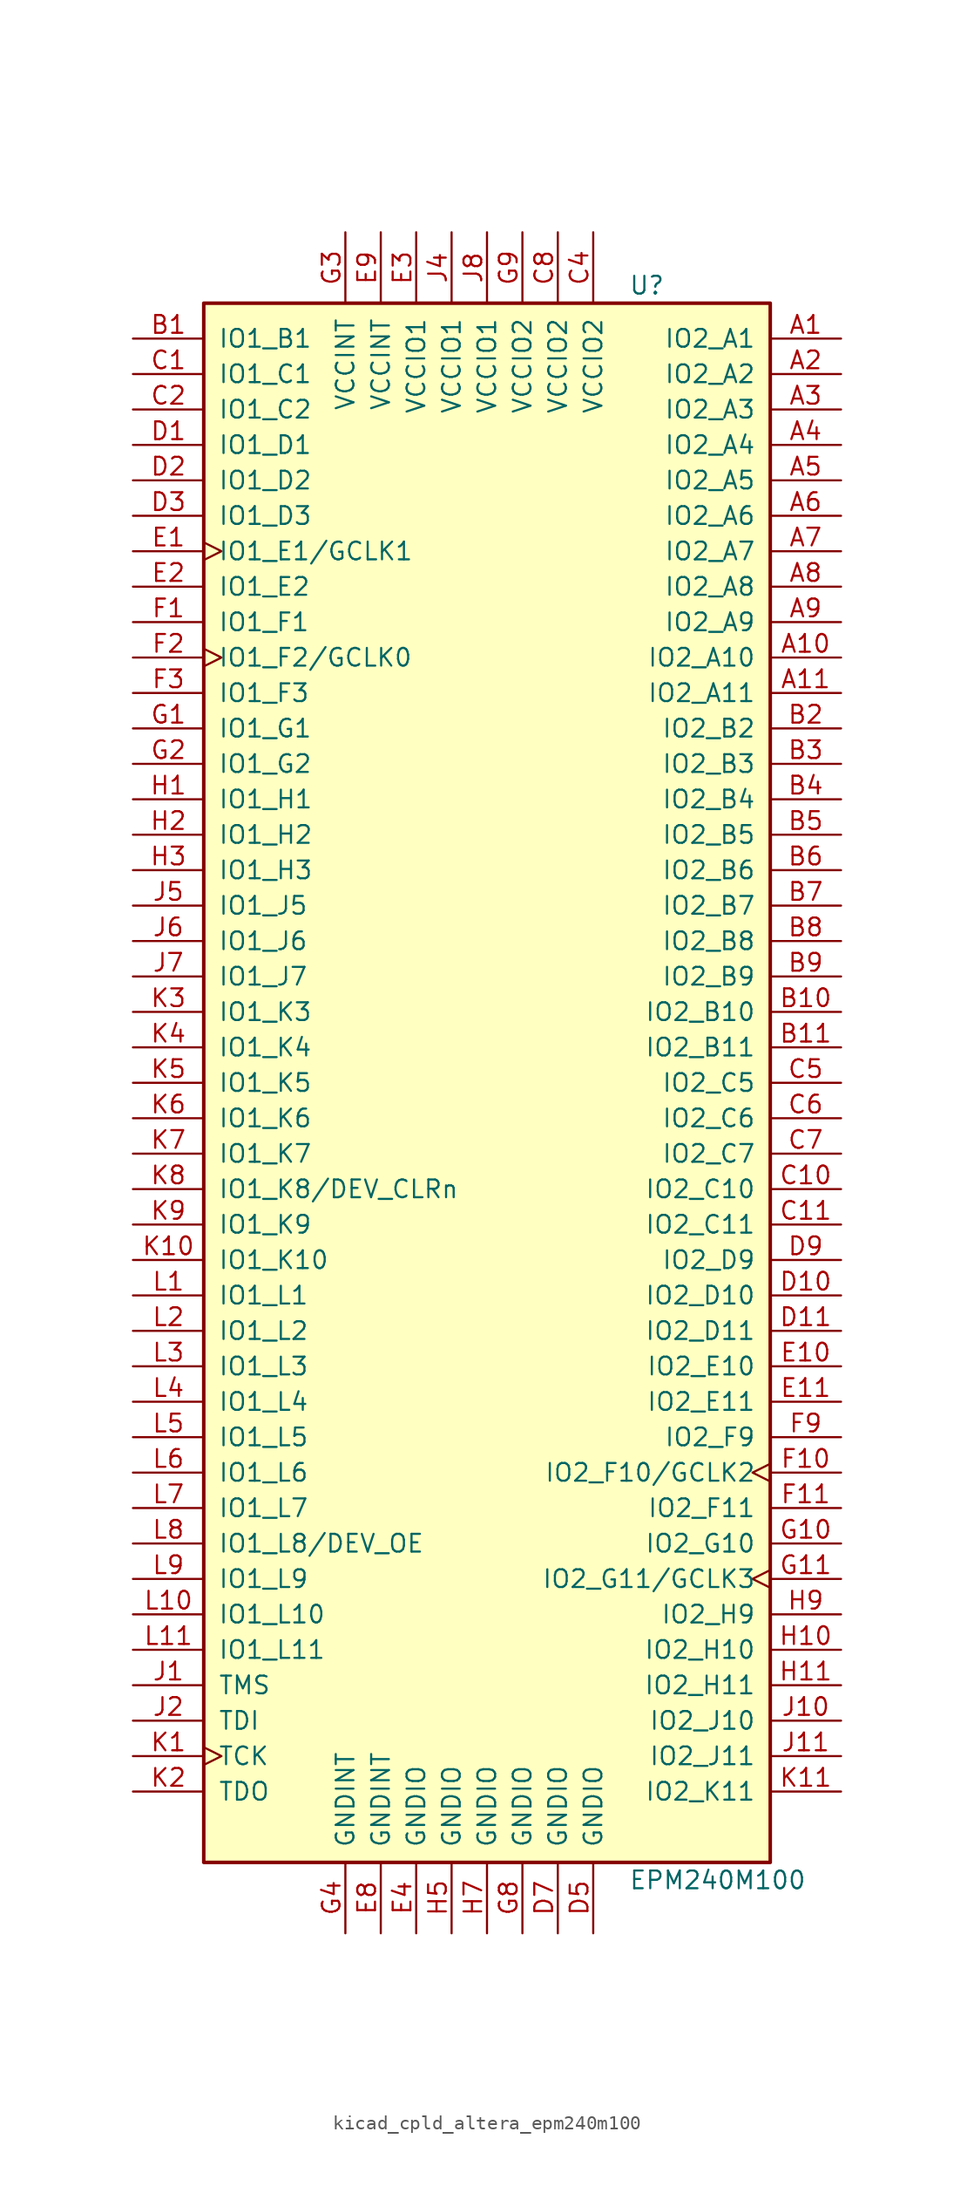
<source format=kicad_sym>
(kicad_symbol_lib
  (version 20220914)
  (generator kicad_symbol_editor)
  (symbol "kicad_cpld_altera_epm240m100"
    (pin_names
      (offset 1.016))
    (property "Reference" "U"
      (at 10.16 57.15 0)
      (effects (font (size 1.27 1.27)) (justify left)))
    (property "Value" "EPM240M100"
      (at 10.16 -57.15 0)
      (effects (font (size 1.27 1.27)) (justify left)))
    (property "ki_locked" ""
      (at 0 0 0)
      (effects (font (size 1.27 1.27))))
    (symbol "kicad_cpld_altera_epm240m100_1_1"
      (rectangle (start -20.32 55.88) (end 20.32 -55.88) (stroke (width 0.254) (type default)) (fill (type background)))
      (pin bidirectional line (at 25.4 53.34 180) (length 5.08) (name "IO2_A1" (effects (font (size 1.27 1.27)))) (number "A1" (effects (font (size 1.27 1.27)))))
      (pin bidirectional line (at 25.4 30.48 180) (length 5.08) (name "IO2_A10" (effects (font (size 1.27 1.27)))) (number "A10" (effects (font (size 1.27 1.27)))))
      (pin bidirectional line (at 25.4 27.94 180) (length 5.08) (name "IO2_A11" (effects (font (size 1.27 1.27)))) (number "A11" (effects (font (size 1.27 1.27)))))
      (pin bidirectional line (at 25.4 50.8 180) (length 5.08) (name "IO2_A2" (effects (font (size 1.27 1.27)))) (number "A2" (effects (font (size 1.27 1.27)))))
      (pin bidirectional line (at 25.4 48.26 180) (length 5.08) (name "IO2_A3" (effects (font (size 1.27 1.27)))) (number "A3" (effects (font (size 1.27 1.27)))))
      (pin bidirectional line (at 25.4 45.72 180) (length 5.08) (name "IO2_A4" (effects (font (size 1.27 1.27)))) (number "A4" (effects (font (size 1.27 1.27)))))
      (pin bidirectional line (at 25.4 43.18 180) (length 5.08) (name "IO2_A5" (effects (font (size 1.27 1.27)))) (number "A5" (effects (font (size 1.27 1.27)))))
      (pin bidirectional line (at 25.4 40.64 180) (length 5.08) (name "IO2_A6" (effects (font (size 1.27 1.27)))) (number "A6" (effects (font (size 1.27 1.27)))))
      (pin bidirectional line (at 25.4 38.1 180) (length 5.08) (name "IO2_A7" (effects (font (size 1.27 1.27)))) (number "A7" (effects (font (size 1.27 1.27)))))
      (pin bidirectional line (at 25.4 35.56 180) (length 5.08) (name "IO2_A8" (effects (font (size 1.27 1.27)))) (number "A8" (effects (font (size 1.27 1.27)))))
      (pin bidirectional line (at 25.4 33.02 180) (length 5.08) (name "IO2_A9" (effects (font (size 1.27 1.27)))) (number "A9" (effects (font (size 1.27 1.27)))))
      (pin bidirectional line (at -25.4 53.34 0) (length 5.08) (name "IO1_B1" (effects (font (size 1.27 1.27)))) (number "B1" (effects (font (size 1.27 1.27)))))
      (pin bidirectional line (at 25.4 5.08 180) (length 5.08) (name "IO2_B10" (effects (font (size 1.27 1.27)))) (number "B10" (effects (font (size 1.27 1.27)))))
      (pin bidirectional line (at 25.4 2.54 180) (length 5.08) (name "IO2_B11" (effects (font (size 1.27 1.27)))) (number "B11" (effects (font (size 1.27 1.27)))))
      (pin bidirectional line (at 25.4 25.4 180) (length 5.08) (name "IO2_B2" (effects (font (size 1.27 1.27)))) (number "B2" (effects (font (size 1.27 1.27)))))
      (pin bidirectional line (at 25.4 22.86 180) (length 5.08) (name "IO2_B3" (effects (font (size 1.27 1.27)))) (number "B3" (effects (font (size 1.27 1.27)))))
      (pin bidirectional line (at 25.4 20.32 180) (length 5.08) (name "IO2_B4" (effects (font (size 1.27 1.27)))) (number "B4" (effects (font (size 1.27 1.27)))))
      (pin bidirectional line (at 25.4 17.78 180) (length 5.08) (name "IO2_B5" (effects (font (size 1.27 1.27)))) (number "B5" (effects (font (size 1.27 1.27)))))
      (pin bidirectional line (at 25.4 15.24 180) (length 5.08) (name "IO2_B6" (effects (font (size 1.27 1.27)))) (number "B6" (effects (font (size 1.27 1.27)))))
      (pin bidirectional line (at 25.4 12.7 180) (length 5.08) (name "IO2_B7" (effects (font (size 1.27 1.27)))) (number "B7" (effects (font (size 1.27 1.27)))))
      (pin bidirectional line (at 25.4 10.16 180) (length 5.08) (name "IO2_B8" (effects (font (size 1.27 1.27)))) (number "B8" (effects (font (size 1.27 1.27)))))
      (pin bidirectional line (at 25.4 7.62 180) (length 5.08) (name "IO2_B9" (effects (font (size 1.27 1.27)))) (number "B9" (effects (font (size 1.27 1.27)))))
      (pin bidirectional line (at -25.4 50.8 0) (length 5.08) (name "IO1_C1" (effects (font (size 1.27 1.27)))) (number "C1" (effects (font (size 1.27 1.27)))))
      (pin bidirectional line (at 25.4 -7.62 180) (length 5.08) (name "IO2_C10" (effects (font (size 1.27 1.27)))) (number "C10" (effects (font (size 1.27 1.27)))))
      (pin bidirectional line (at 25.4 -10.16 180) (length 5.08) (name "IO2_C11" (effects (font (size 1.27 1.27)))) (number "C11" (effects (font (size 1.27 1.27)))))
      (pin bidirectional line (at -25.4 48.26 0) (length 5.08) (name "IO1_C2" (effects (font (size 1.27 1.27)))) (number "C2" (effects (font (size 1.27 1.27)))))
      (pin power_in line (at 7.62 60.96 270) (length 5.08) (name "VCCIO2" (effects (font (size 1.27 1.27)))) (number "C4" (effects (font (size 1.27 1.27)))))
      (pin bidirectional line (at 25.4 0 180) (length 5.08) (name "IO2_C5" (effects (font (size 1.27 1.27)))) (number "C5" (effects (font (size 1.27 1.27)))))
      (pin bidirectional line (at 25.4 -2.54 180) (length 5.08) (name "IO2_C6" (effects (font (size 1.27 1.27)))) (number "C6" (effects (font (size 1.27 1.27)))))
      (pin bidirectional line (at 25.4 -5.08 180) (length 5.08) (name "IO2_C7" (effects (font (size 1.27 1.27)))) (number "C7" (effects (font (size 1.27 1.27)))))
      (pin power_in line (at 5.08 60.96 270) (length 5.08) (name "VCCIO2" (effects (font (size 1.27 1.27)))) (number "C8" (effects (font (size 1.27 1.27)))))
      (pin bidirectional line (at -25.4 45.72 0) (length 5.08) (name "IO1_D1" (effects (font (size 1.27 1.27)))) (number "D1" (effects (font (size 1.27 1.27)))))
      (pin bidirectional line (at 25.4 -15.24 180) (length 5.08) (name "IO2_D10" (effects (font (size 1.27 1.27)))) (number "D10" (effects (font (size 1.27 1.27)))))
      (pin bidirectional line (at 25.4 -17.78 180) (length 5.08) (name "IO2_D11" (effects (font (size 1.27 1.27)))) (number "D11" (effects (font (size 1.27 1.27)))))
      (pin bidirectional line (at -25.4 43.18 0) (length 5.08) (name "IO1_D2" (effects (font (size 1.27 1.27)))) (number "D2" (effects (font (size 1.27 1.27)))))
      (pin bidirectional line (at -25.4 40.64 0) (length 5.08) (name "IO1_D3" (effects (font (size 1.27 1.27)))) (number "D3" (effects (font (size 1.27 1.27)))))
      (pin power_in line (at 7.62 -60.96 90) (length 5.08) (name "GNDIO" (effects (font (size 1.27 1.27)))) (number "D5" (effects (font (size 1.27 1.27)))))
      (pin power_in line (at 5.08 -60.96 90) (length 5.08) (name "GNDIO" (effects (font (size 1.27 1.27)))) (number "D7" (effects (font (size 1.27 1.27)))))
      (pin bidirectional line (at 25.4 -12.7 180) (length 5.08) (name "IO2_D9" (effects (font (size 1.27 1.27)))) (number "D9" (effects (font (size 1.27 1.27)))))
      (pin bidirectional clock (at -25.4 38.1 0) (length 5.08) (name "IO1_E1/GCLK1" (effects (font (size 1.27 1.27)))) (number "E1" (effects (font (size 1.27 1.27)))))
      (pin bidirectional line (at 25.4 -20.32 180) (length 5.08) (name "IO2_E10" (effects (font (size 1.27 1.27)))) (number "E10" (effects (font (size 1.27 1.27)))))
      (pin bidirectional line (at 25.4 -22.86 180) (length 5.08) (name "IO2_E11" (effects (font (size 1.27 1.27)))) (number "E11" (effects (font (size 1.27 1.27)))))
      (pin bidirectional line (at -25.4 35.56 0) (length 5.08) (name "IO1_E2" (effects (font (size 1.27 1.27)))) (number "E2" (effects (font (size 1.27 1.27)))))
      (pin power_in line (at -5.08 60.96 270) (length 5.08) (name "VCCIO1" (effects (font (size 1.27 1.27)))) (number "E3" (effects (font (size 1.27 1.27)))))
      (pin power_in line (at -5.08 -60.96 90) (length 5.08) (name "GNDIO" (effects (font (size 1.27 1.27)))) (number "E4" (effects (font (size 1.27 1.27)))))
      (pin power_in line (at -7.62 -60.96 90) (length 5.08) (name "GNDINT" (effects (font (size 1.27 1.27)))) (number "E8" (effects (font (size 1.27 1.27)))))
      (pin power_in line (at -7.62 60.96 270) (length 5.08) (name "VCCINT" (effects (font (size 1.27 1.27)))) (number "E9" (effects (font (size 1.27 1.27)))))
      (pin bidirectional line (at -25.4 33.02 0) (length 5.08) (name "IO1_F1" (effects (font (size 1.27 1.27)))) (number "F1" (effects (font (size 1.27 1.27)))))
      (pin bidirectional clock (at 25.4 -27.94 180) (length 5.08) (name "IO2_F10/GCLK2" (effects (font (size 1.27 1.27)))) (number "F10" (effects (font (size 1.27 1.27)))))
      (pin bidirectional line (at 25.4 -30.48 180) (length 5.08) (name "IO2_F11" (effects (font (size 1.27 1.27)))) (number "F11" (effects (font (size 1.27 1.27)))))
      (pin bidirectional clock (at -25.4 30.48 0) (length 5.08) (name "IO1_F2/GCLK0" (effects (font (size 1.27 1.27)))) (number "F2" (effects (font (size 1.27 1.27)))))
      (pin bidirectional line (at -25.4 27.94 0) (length 5.08) (name "IO1_F3" (effects (font (size 1.27 1.27)))) (number "F3" (effects (font (size 1.27 1.27)))))
      (pin bidirectional line (at 25.4 -25.4 180) (length 5.08) (name "IO2_F9" (effects (font (size 1.27 1.27)))) (number "F9" (effects (font (size 1.27 1.27)))))
      (pin bidirectional line (at -25.4 25.4 0) (length 5.08) (name "IO1_G1" (effects (font (size 1.27 1.27)))) (number "G1" (effects (font (size 1.27 1.27)))))
      (pin bidirectional line (at 25.4 -33.02 180) (length 5.08) (name "IO2_G10" (effects (font (size 1.27 1.27)))) (number "G10" (effects (font (size 1.27 1.27)))))
      (pin bidirectional clock (at 25.4 -35.56 180) (length 5.08) (name "IO2_G11/GCLK3" (effects (font (size 1.27 1.27)))) (number "G11" (effects (font (size 1.27 1.27)))))
      (pin bidirectional line (at -25.4 22.86 0) (length 5.08) (name "IO1_G2" (effects (font (size 1.27 1.27)))) (number "G2" (effects (font (size 1.27 1.27)))))
      (pin power_in line (at -10.16 60.96 270) (length 5.08) (name "VCCINT" (effects (font (size 1.27 1.27)))) (number "G3" (effects (font (size 1.27 1.27)))))
      (pin power_in line (at -10.16 -60.96 90) (length 5.08) (name "GNDINT" (effects (font (size 1.27 1.27)))) (number "G4" (effects (font (size 1.27 1.27)))))
      (pin power_in line (at 2.54 -60.96 90) (length 5.08) (name "GNDIO" (effects (font (size 1.27 1.27)))) (number "G8" (effects (font (size 1.27 1.27)))))
      (pin power_in line (at 2.54 60.96 270) (length 5.08) (name "VCCIO2" (effects (font (size 1.27 1.27)))) (number "G9" (effects (font (size 1.27 1.27)))))
      (pin bidirectional line (at -25.4 20.32 0) (length 5.08) (name "IO1_H1" (effects (font (size 1.27 1.27)))) (number "H1" (effects (font (size 1.27 1.27)))))
      (pin bidirectional line (at 25.4 -40.64 180) (length 5.08) (name "IO2_H10" (effects (font (size 1.27 1.27)))) (number "H10" (effects (font (size 1.27 1.27)))))
      (pin bidirectional line (at 25.4 -43.18 180) (length 5.08) (name "IO2_H11" (effects (font (size 1.27 1.27)))) (number "H11" (effects (font (size 1.27 1.27)))))
      (pin bidirectional line (at -25.4 17.78 0) (length 5.08) (name "IO1_H2" (effects (font (size 1.27 1.27)))) (number "H2" (effects (font (size 1.27 1.27)))))
      (pin bidirectional line (at -25.4 15.24 0) (length 5.08) (name "IO1_H3" (effects (font (size 1.27 1.27)))) (number "H3" (effects (font (size 1.27 1.27)))))
      (pin power_in line (at -2.54 -60.96 90) (length 5.08) (name "GNDIO" (effects (font (size 1.27 1.27)))) (number "H5" (effects (font (size 1.27 1.27)))))
      (pin power_in line (at 0 -60.96 90) (length 5.08) (name "GNDIO" (effects (font (size 1.27 1.27)))) (number "H7" (effects (font (size 1.27 1.27)))))
      (pin bidirectional line (at 25.4 -38.1 180) (length 5.08) (name "IO2_H9" (effects (font (size 1.27 1.27)))) (number "H9" (effects (font (size 1.27 1.27)))))
      (pin input line (at -25.4 -43.18 0) (length 5.08) (name "TMS" (effects (font (size 1.27 1.27)))) (number "J1" (effects (font (size 1.27 1.27)))))
      (pin bidirectional line (at 25.4 -45.72 180) (length 5.08) (name "IO2_J10" (effects (font (size 1.27 1.27)))) (number "J10" (effects (font (size 1.27 1.27)))))
      (pin bidirectional line (at 25.4 -48.26 180) (length 5.08) (name "IO2_J11" (effects (font (size 1.27 1.27)))) (number "J11" (effects (font (size 1.27 1.27)))))
      (pin input line (at -25.4 -45.72 0) (length 5.08) (name "TDI" (effects (font (size 1.27 1.27)))) (number "J2" (effects (font (size 1.27 1.27)))))
      (pin power_in line (at -2.54 60.96 270) (length 5.08) (name "VCCIO1" (effects (font (size 1.27 1.27)))) (number "J4" (effects (font (size 1.27 1.27)))))
      (pin bidirectional line (at -25.4 12.7 0) (length 5.08) (name "IO1_J5" (effects (font (size 1.27 1.27)))) (number "J5" (effects (font (size 1.27 1.27)))))
      (pin bidirectional line (at -25.4 10.16 0) (length 5.08) (name "IO1_J6" (effects (font (size 1.27 1.27)))) (number "J6" (effects (font (size 1.27 1.27)))))
      (pin bidirectional line (at -25.4 7.62 0) (length 5.08) (name "IO1_J7" (effects (font (size 1.27 1.27)))) (number "J7" (effects (font (size 1.27 1.27)))))
      (pin power_in line (at 0 60.96 270) (length 5.08) (name "VCCIO1" (effects (font (size 1.27 1.27)))) (number "J8" (effects (font (size 1.27 1.27)))))
      (pin input clock (at -25.4 -48.26 0) (length 5.08) (name "TCK" (effects (font (size 1.27 1.27)))) (number "K1" (effects (font (size 1.27 1.27)))))
      (pin bidirectional line (at -25.4 -12.7 0) (length 5.08) (name "IO1_K10" (effects (font (size 1.27 1.27)))) (number "K10" (effects (font (size 1.27 1.27)))))
      (pin bidirectional line (at 25.4 -50.8 180) (length 5.08) (name "IO2_K11" (effects (font (size 1.27 1.27)))) (number "K11" (effects (font (size 1.27 1.27)))))
      (pin output line (at -25.4 -50.8 0) (length 5.08) (name "TDO" (effects (font (size 1.27 1.27)))) (number "K2" (effects (font (size 1.27 1.27)))))
      (pin bidirectional line (at -25.4 5.08 0) (length 5.08) (name "IO1_K3" (effects (font (size 1.27 1.27)))) (number "K3" (effects (font (size 1.27 1.27)))))
      (pin bidirectional line (at -25.4 2.54 0) (length 5.08) (name "IO1_K4" (effects (font (size 1.27 1.27)))) (number "K4" (effects (font (size 1.27 1.27)))))
      (pin bidirectional line (at -25.4 0 0) (length 5.08) (name "IO1_K5" (effects (font (size 1.27 1.27)))) (number "K5" (effects (font (size 1.27 1.27)))))
      (pin bidirectional line (at -25.4 -2.54 0) (length 5.08) (name "IO1_K6" (effects (font (size 1.27 1.27)))) (number "K6" (effects (font (size 1.27 1.27)))))
      (pin bidirectional line (at -25.4 -5.08 0) (length 5.08) (name "IO1_K7" (effects (font (size 1.27 1.27)))) (number "K7" (effects (font (size 1.27 1.27)))))
      (pin bidirectional line (at -25.4 -7.62 0) (length 5.08) (name "IO1_K8/DEV_CLRn" (effects (font (size 1.27 1.27)))) (number "K8" (effects (font (size 1.27 1.27)))))
      (pin bidirectional line (at -25.4 -10.16 0) (length 5.08) (name "IO1_K9" (effects (font (size 1.27 1.27)))) (number "K9" (effects (font (size 1.27 1.27)))))
      (pin bidirectional line (at -25.4 -15.24 0) (length 5.08) (name "IO1_L1" (effects (font (size 1.27 1.27)))) (number "L1" (effects (font (size 1.27 1.27)))))
      (pin bidirectional line (at -25.4 -38.1 0) (length 5.08) (name "IO1_L10" (effects (font (size 1.27 1.27)))) (number "L10" (effects (font (size 1.27 1.27)))))
      (pin bidirectional line (at -25.4 -40.64 0) (length 5.08) (name "IO1_L11" (effects (font (size 1.27 1.27)))) (number "L11" (effects (font (size 1.27 1.27)))))
      (pin bidirectional line (at -25.4 -17.78 0) (length 5.08) (name "IO1_L2" (effects (font (size 1.27 1.27)))) (number "L2" (effects (font (size 1.27 1.27)))))
      (pin bidirectional line (at -25.4 -20.32 0) (length 5.08) (name "IO1_L3" (effects (font (size 1.27 1.27)))) (number "L3" (effects (font (size 1.27 1.27)))))
      (pin bidirectional line (at -25.4 -22.86 0) (length 5.08) (name "IO1_L4" (effects (font (size 1.27 1.27)))) (number "L4" (effects (font (size 1.27 1.27)))))
      (pin bidirectional line (at -25.4 -25.4 0) (length 5.08) (name "IO1_L5" (effects (font (size 1.27 1.27)))) (number "L5" (effects (font (size 1.27 1.27)))))
      (pin bidirectional line (at -25.4 -27.94 0) (length 5.08) (name "IO1_L6" (effects (font (size 1.27 1.27)))) (number "L6" (effects (font (size 1.27 1.27)))))
      (pin bidirectional line (at -25.4 -30.48 0) (length 5.08) (name "IO1_L7" (effects (font (size 1.27 1.27)))) (number "L7" (effects (font (size 1.27 1.27)))))
      (pin bidirectional line (at -25.4 -33.02 0) (length 5.08) (name "IO1_L8/DEV_OE" (effects (font (size 1.27 1.27)))) (number "L8" (effects (font (size 1.27 1.27)))))
      (pin bidirectional line (at -25.4 -35.56 0) (length 5.08) (name "IO1_L9" (effects (font (size 1.27 1.27)))) (number "L9" (effects (font (size 1.27 1.27))))))))
</source>
